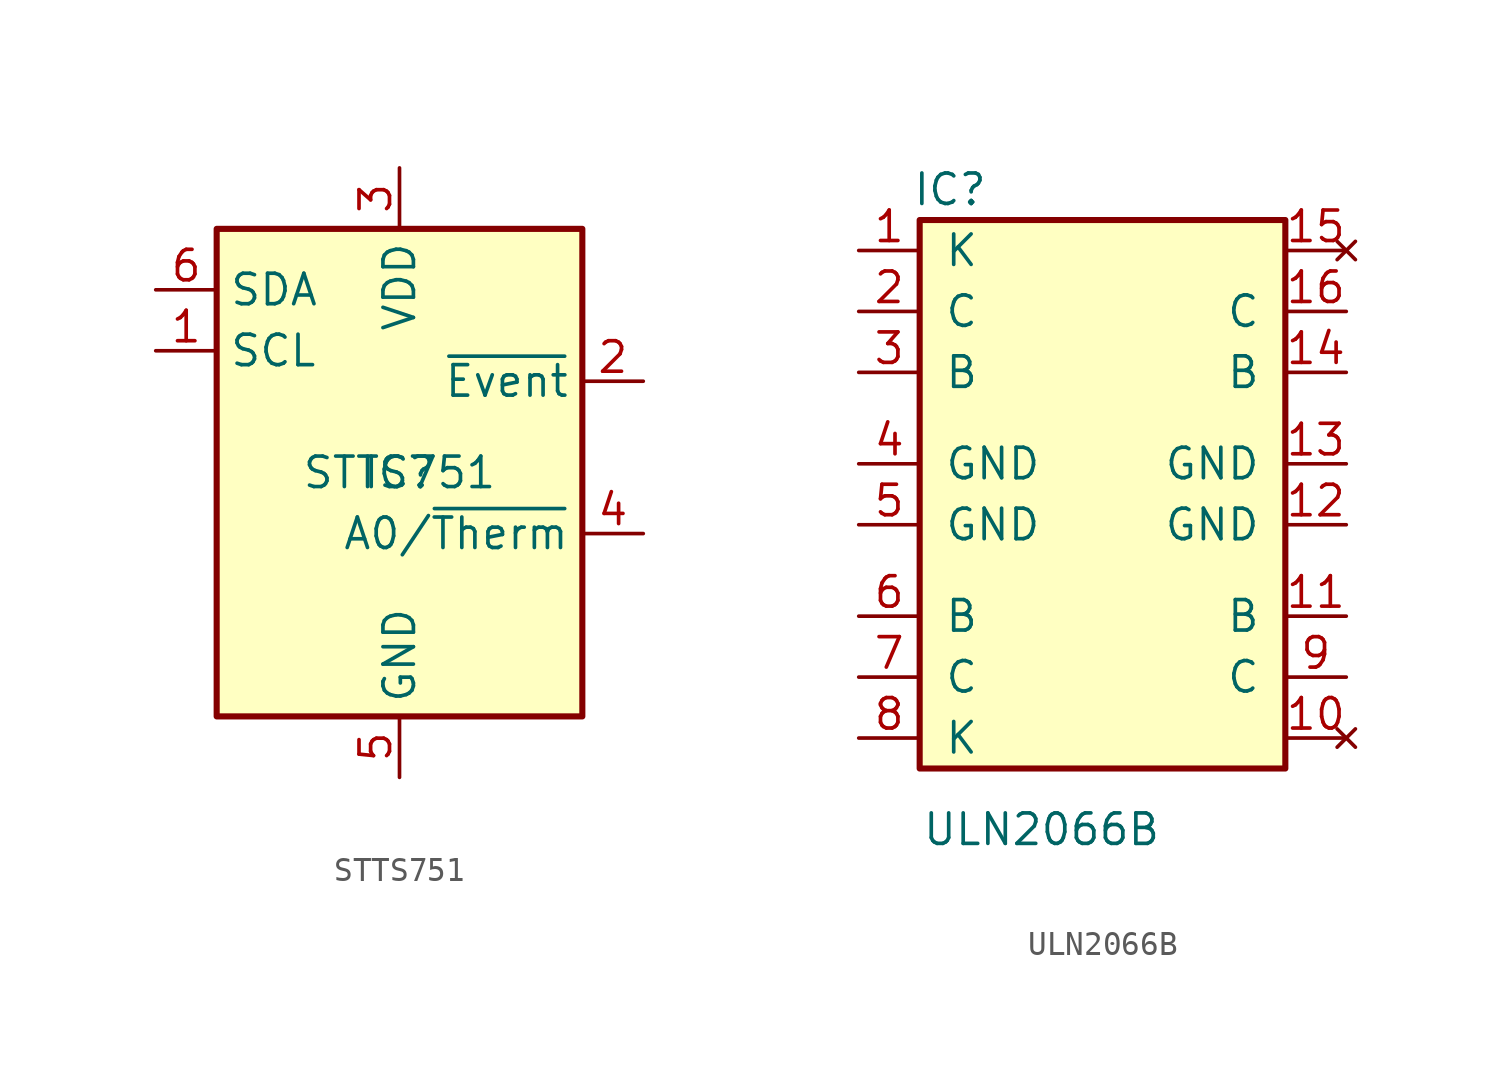
<source format=kicad_sym>
(kicad_symbol_lib
  (version 20220914)
  (generator kicad_symbol_editor)
  (symbol "STTS751"
    (property "Reference" "IC"
      (at 0 0 0)
      (effects (font (size 1.27 1.27))))
    (property "Value" "STTS751"
      (at 0 0 0)
      (effects (font (size 1.27 1.27))))
    (symbol "STTS751_0_1"
      (rectangle (start -7.62 10.16) (end 7.62 -10.16) (stroke (width 0.254) (type default)) (fill (type background))))
    (symbol "STTS751_1_1"
      (pin input line (at -10.16 5.08 0) (length 2.54) (name "SCL" (effects (font (size 1.27 1.27)))) (number "1" (effects (font (size 1.27 1.27)))))
      (pin output line (at 10.16 3.81 180) (length 2.54) (name "~{Event}" (effects (font (size 1.27 1.27)))) (number "2" (effects (font (size 1.27 1.27)))))
      (pin power_in line (at 0 12.7 270) (length 2.54) (name "VDD" (effects (font (size 1.27 1.27)))) (number "3" (effects (font (size 1.27 1.27)))))
      (pin bidirectional line (at 10.16 -2.54 180) (length 2.54) (name "A0/~{Therm}" (effects (font (size 1.27 1.27)))) (number "4" (effects (font (size 1.27 1.27)))))
      (pin power_in line (at 0 -12.7 90) (length 2.54) (name "GND" (effects (font (size 1.27 1.27)))) (number "5" (effects (font (size 1.27 1.27)))))
      (pin bidirectional line (at -10.16 7.62 0) (length 2.54) (name "SDA" (effects (font (size 1.27 1.27)))) (number "6" (effects (font (size 1.27 1.27)))))))
  (symbol "ULN2066B"
    (pin_names
      (offset 1.016))
    (property "Reference" "IC"
      (at -6.35 12.7 0)
      (effects (font (size 1.27 1.27))))
    (property "Value" "ULN2066B"
      (at -2.54 -13.97 0)
      (effects (font (size 1.27 1.27))))
    (symbol "ULN2066B_1_1"
      (rectangle (start -7.62 -11.43) (end 7.62 11.43) (stroke (width 0.254) (type solid)) (fill (type background)))
      (pin input line (at -10.16 10.16 0) (length 2.54) (name "K" (effects (font (size 1.27 1.27)))) (number "1" (effects (font (size 1.27 1.27)))))
      (pin no_connect line (at 10.16 -10.16 180) (length 2.54) (name "~" (effects (font (size 1.27 1.27)))) (number "10" (effects (font (size 1.27 1.27)))))
      (pin input line (at 10.16 -5.08 180) (length 2.54) (name "B" (effects (font (size 1.27 1.27)))) (number "11" (effects (font (size 1.27 1.27)))))
      (pin power_in line (at 10.16 -1.27 180) (length 2.54) (name "GND" (effects (font (size 1.27 1.27)))) (number "12" (effects (font (size 1.27 1.27)))))
      (pin power_in line (at 10.16 1.27 180) (length 2.54) (name "GND" (effects (font (size 1.27 1.27)))) (number "13" (effects (font (size 1.27 1.27)))))
      (pin input line (at 10.16 5.08 180) (length 2.54) (name "B" (effects (font (size 1.27 1.27)))) (number "14" (effects (font (size 1.27 1.27)))))
      (pin no_connect line (at 10.16 10.16 180) (length 2.54) (name "~" (effects (font (size 1.27 1.27)))) (number "15" (effects (font (size 1.27 1.27)))))
      (pin input line (at 10.16 7.62 180) (length 2.54) (name "C" (effects (font (size 1.27 1.27)))) (number "16" (effects (font (size 1.27 1.27)))))
      (pin input line (at -10.16 7.62 0) (length 2.54) (name "C" (effects (font (size 1.27 1.27)))) (number "2" (effects (font (size 1.27 1.27)))))
      (pin input line (at -10.16 5.08 0) (length 2.54) (name "B" (effects (font (size 1.27 1.27)))) (number "3" (effects (font (size 1.27 1.27)))))
      (pin power_in line (at -10.16 1.27 0) (length 2.54) (name "GND" (effects (font (size 1.27 1.27)))) (number "4" (effects (font (size 1.27 1.27)))))
      (pin power_in line (at -10.16 -1.27 0) (length 2.54) (name "GND" (effects (font (size 1.27 1.27)))) (number "5" (effects (font (size 1.27 1.27)))))
      (pin input line (at -10.16 -5.08 0) (length 2.54) (name "B" (effects (font (size 1.27 1.27)))) (number "6" (effects (font (size 1.27 1.27)))))
      (pin input line (at -10.16 -7.62 0) (length 2.54) (name "C" (effects (font (size 1.27 1.27)))) (number "7" (effects (font (size 1.27 1.27)))))
      (pin input line (at -10.16 -10.16 0) (length 2.54) (name "K" (effects (font (size 1.27 1.27)))) (number "8" (effects (font (size 1.27 1.27)))))
      (pin input line (at 10.16 -7.62 180) (length 2.54) (name "C" (effects (font (size 1.27 1.27)))) (number "9" (effects (font (size 1.27 1.27))))))))
</source>
